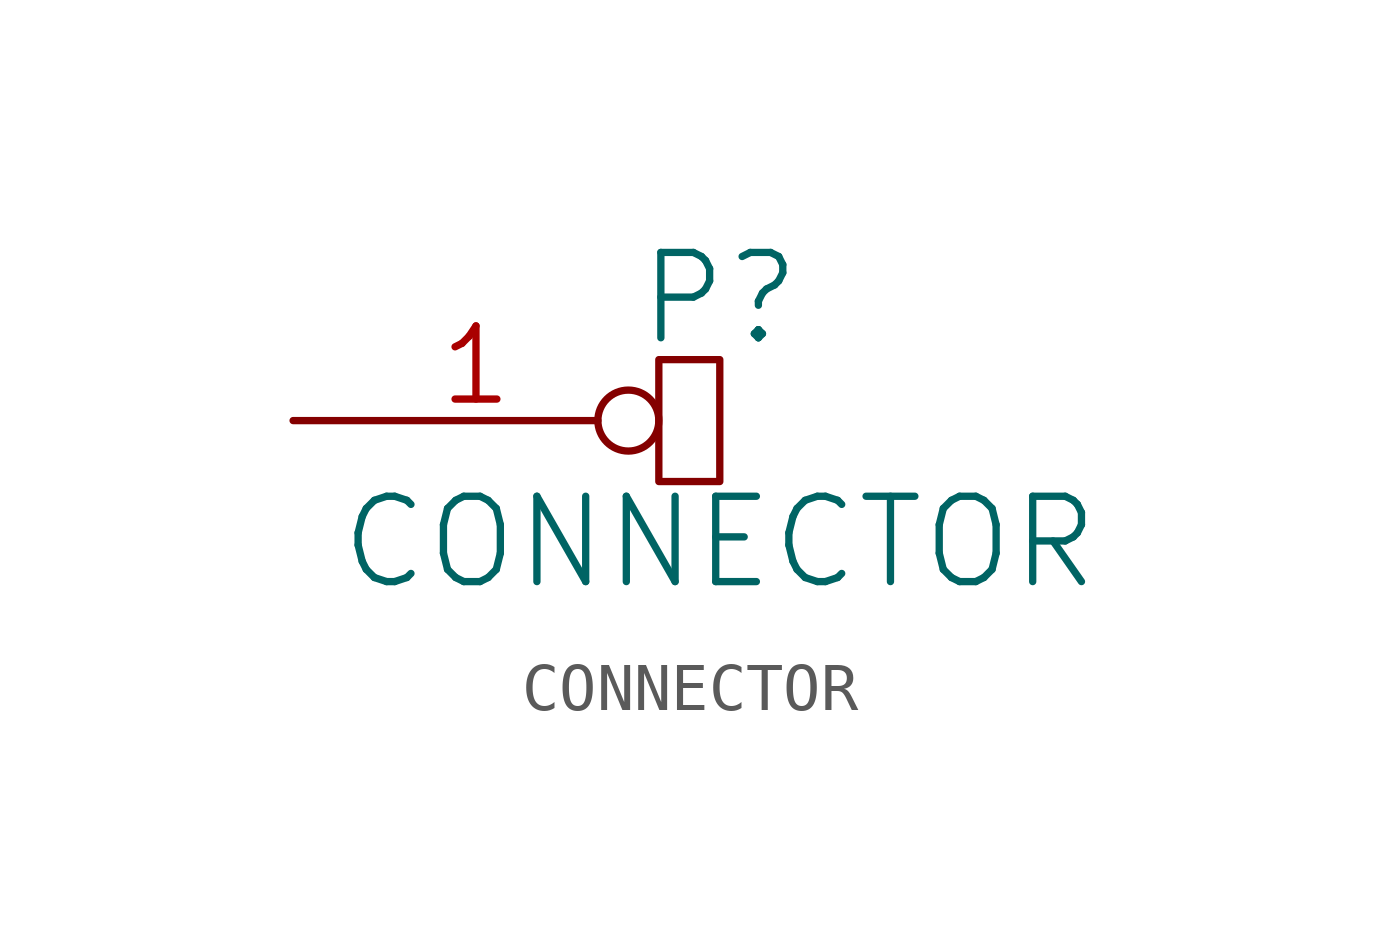
<source format=kicad_sym>
(kicad_symbol_lib
  (version 20220914)
  (generator kicad_symbol_editor)
  (symbol "CONNECTOR"
    (pin_names
      (offset 1.016) hide)
    (property "Reference" "P"
      (at 8.89 2.54 0)
      (effects (font (size 1.778 1.778))))
    (property "Value" "CONNECTOR"
      (at 8.89 -2.54 0)
      (effects (font (size 1.778 1.778))))
    (symbol "CONNECTOR_0_1"
      (rectangle (start 7.62 1.27) (end 8.89 -1.27) (stroke (width 0) (type solid)) (fill (type none))))
    (symbol "CONNECTOR_1_1"
      (pin passive inverted (at 0 0 0) (length 7.62) (name "W" (effects (font (size 1.524 1.524)))) (number "1" (effects (font (size 1.524 1.524))))))))
</source>
